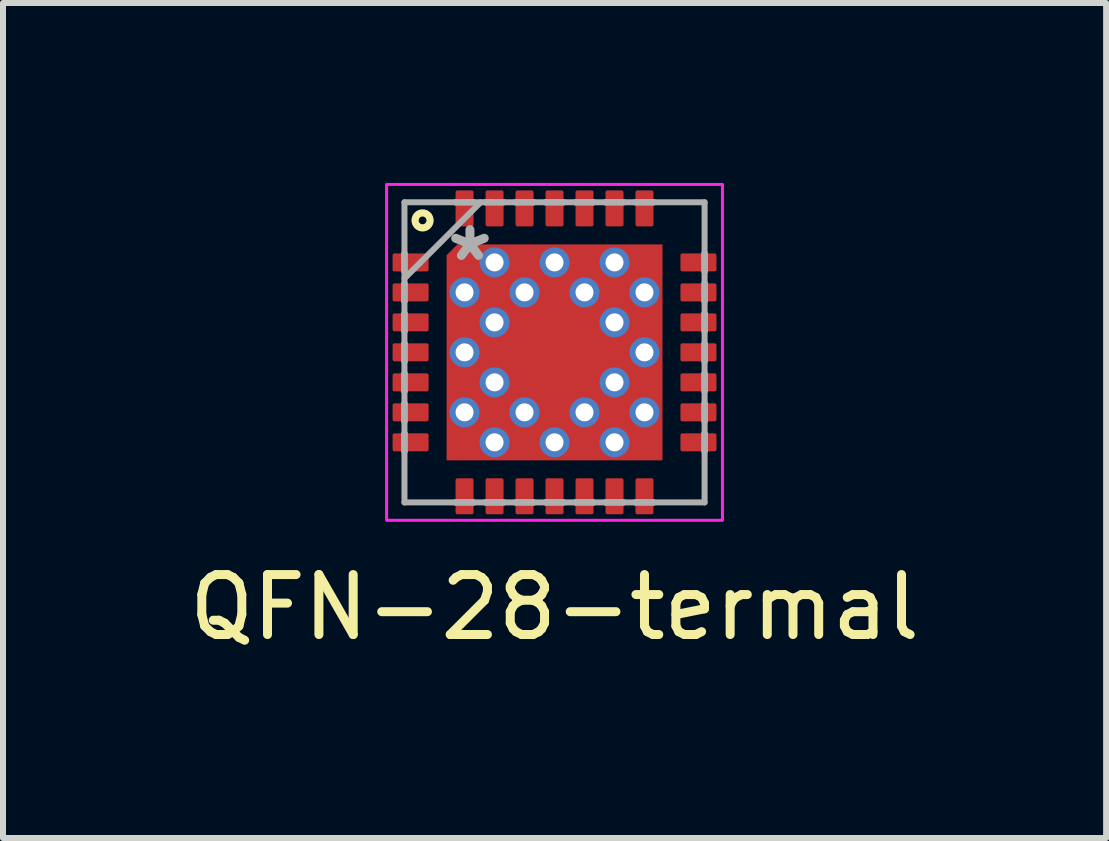
<source format=kicad_pcb>
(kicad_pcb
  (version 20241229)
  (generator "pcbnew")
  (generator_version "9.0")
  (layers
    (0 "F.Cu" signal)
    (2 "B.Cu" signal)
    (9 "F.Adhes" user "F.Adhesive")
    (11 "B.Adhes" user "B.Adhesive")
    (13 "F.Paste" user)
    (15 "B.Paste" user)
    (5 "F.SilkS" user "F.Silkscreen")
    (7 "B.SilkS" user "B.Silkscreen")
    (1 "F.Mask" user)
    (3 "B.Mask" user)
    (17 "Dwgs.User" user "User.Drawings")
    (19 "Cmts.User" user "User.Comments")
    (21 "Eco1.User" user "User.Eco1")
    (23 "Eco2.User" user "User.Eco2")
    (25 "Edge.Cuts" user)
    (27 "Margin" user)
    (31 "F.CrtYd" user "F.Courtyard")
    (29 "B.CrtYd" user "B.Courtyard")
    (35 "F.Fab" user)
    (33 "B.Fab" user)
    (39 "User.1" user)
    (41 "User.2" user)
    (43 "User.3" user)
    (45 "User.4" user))
  (footprint "QFN-28-termal"
    (layer "F.Cu")
    (at 6.196 2.825)
    (property "Reference" "QFN-28-termal" (at 0 4.25 0) (layer "F.SilkS") (effects (font (size 1 1) (thickness 0.15))))
    (attr smd)
    (fp_rect (start -1.35 -0.65) (end -1.75 -0.35) (stroke (width 0.11) (type solid)) (fill yes) (layer "F.Mask"))
    (fp_rect (start -1.35 0.35) (end -1.75 0.65) (stroke (width 0.11) (type solid)) (fill yes) (layer "F.Mask"))
    (fp_rect (start -1.35 1.75) (end -1.75 1.35) (stroke (width 0.1) (type solid)) (fill yes) (layer "F.Mask"))
    (fp_rect (start -1.15 -0.85) (end -0.85 -1.15) (stroke (width 0.1) (type solid)) (fill yes) (layer "F.Mask"))
    (fp_rect (start -0.85 1.15) (end -1.15 0.85) (stroke (width 0.1) (type solid)) (fill yes) (layer "F.Mask"))
    (fp_rect (start -0.65 1.35) (end -0.35 1.75) (stroke (width 0.11) (type solid)) (fill yes) (layer "F.Mask"))
    (fp_rect (start -0.35 -1.35) (end -0.65 -1.75) (stroke (width 0.11) (type solid)) (fill yes) (layer "F.Mask"))
    (fp_rect (start 0.35 1.35) (end 0.65 1.75) (stroke (width 0.11) (type solid)) (fill yes) (layer "F.Mask"))
    (fp_rect (start 0.65 -1.35) (end 0.35 -1.75) (stroke (width 0.11) (type solid)) (fill yes) (layer "F.Mask"))
    (fp_rect (start 0.85 -1.15) (end 1.15 -0.85) (stroke (width 0.1) (type solid)) (fill yes) (layer "F.Mask"))
    (fp_rect (start 1.15 0.85) (end 0.85 1.15) (stroke (width 0.1) (type solid)) (fill yes) (layer "F.Mask"))
    (fp_rect (start 1.35 -1.75) (end 1.75 -1.35) (stroke (width 0.1) (type solid)) (fill yes) (layer "F.Mask"))
    (fp_rect (start 1.35 -0.35) (end 1.75 -0.65) (stroke (width 0.11) (type solid)) (fill yes) (layer "F.Mask"))
    (fp_rect (start 1.35 0.65) (end 1.75 0.35) (stroke (width 0.11) (type solid)) (fill yes) (layer "F.Mask"))
    (fp_rect (start 1.75 1.35) (end 1.35 1.75) (stroke (width 0.1) (type solid)) (fill yes) (layer "F.Mask"))
    (fp_poly (pts (xy -1.35 -1.75) (xy -1.35 -1.35) (xy -1.75 -1.35) (xy -1.75 -1.55) (xy -1.55 -1.75)) (stroke (width 0.1) (type solid)) (fill yes) (layer "F.Mask"))
    (fp_poly (pts (xy -0.15 0.8) (xy -0.3 0.65) (xy -0.65 0.65) (xy -0.65 0.35) (xy -0.85 0.15) (xy -1.15 0.15) (xy -1.15 -0.15) (xy -0.85 -0.15) (xy -0.65 -0.35) (xy -0.65 -0.65) (xy -0.35 -0.65) (xy -0.15 -0.85) (xy -0.15 -1.15) (xy 0.15 -1.15) (xy 0.15 -0.85) (xy 0.35 -0.65) (xy 0.65 -0.65) (xy 0.65 -0.35) (xy 0.85 -0.15) (xy 1.15 -0.15) (xy 1.15 0.15) (xy 0.85 0.15) (xy 0.65 0.35) (xy 0.65 0.65) (xy 0.3 0.65) (xy 0.15 0.8) (xy 0.15 1.15) (xy -0.15 1.15)) (stroke (width 0.12) (type solid)) (fill yes) (layer "F.Mask"))
    (fp_circle (center -2.2 -2.2) (end -2.075 -2.2) (stroke (width 0.12) (type solid)) (fill no) (layer "F.SilkS"))
    (fp_rect (start -1.7 -0.4) (end -1.4 -0.6) (stroke (width 0.11) (type solid)) (fill yes) (layer "F.Paste"))
    (fp_rect (start -1.7 0.6) (end -1.4 0.4) (stroke (width 0.1) (type solid)) (fill yes) (layer "F.Paste"))
    (fp_rect (start -1.7 1.7) (end -1.4 1.4) (stroke (width 0.1) (type solid)) (fill yes) (layer "F.Paste"))
    (fp_rect (start -1.1 -1.1) (end -0.9 -0.9) (stroke (width 0.1) (type solid)) (fill yes) (layer "F.Paste"))
    (fp_rect (start -1.1 1.1) (end -0.9 0.9) (stroke (width 0.1) (type solid)) (fill yes) (layer "F.Paste"))
    (fp_rect (start -0.6 -1.7) (end -0.4 -1.4) (stroke (width 0.1) (type solid)) (fill yes) (layer "F.Paste"))
    (fp_rect (start -0.4 1.7) (end -0.6 1.4) (stroke (width 0.11) (type solid)) (fill yes) (layer "F.Paste"))
    (fp_rect (start 0.4 -1.7) (end 0.6 -1.4) (stroke (width 0.11) (type solid)) (fill yes) (layer "F.Paste"))
    (fp_rect (start 0.6 1.7) (end 0.4 1.4) (stroke (width 0.1) (type solid)) (fill yes) (layer "F.Paste"))
    (fp_rect (start 1.1 -1.1) (end 0.9 -0.9) (stroke (width 0.1) (type solid)) (fill yes) (layer "F.Paste"))
    (fp_rect (start 1.1 1.1) (end 0.9 0.9) (stroke (width 0.1) (type solid)) (fill yes) (layer "F.Paste"))
    (fp_rect (start 1.7 -1.7) (end 1.4 -1.4) (stroke (width 0.1) (type solid)) (fill yes) (layer "F.Paste"))
    (fp_rect (start 1.7 -0.6) (end 1.4 -0.4) (stroke (width 0.1) (type solid)) (fill yes) (layer "F.Paste"))
    (fp_rect (start 1.7 0.4) (end 1.4 0.6) (stroke (width 0.11) (type solid)) (fill yes) (layer "F.Paste"))
    (fp_rect (start 1.7 1.7) (end 1.4 1.4) (stroke (width 0.1) (type solid)) (fill yes) (layer "F.Paste"))
    (fp_poly (pts (xy -1.7 -1.55) (xy -1.7 -1.4) (xy -1.4 -1.4) (xy -1.4 -1.7) (xy -1.55 -1.7)) (stroke (width 0.1) (type solid)) (fill yes) (layer "F.Paste"))
    (fp_poly (pts (xy -0.1 0.8) (xy -0.3 0.6) (xy -0.6 0.6) (xy -0.6 0.3) (xy -0.8 0.1) (xy -1.1 0.1) (xy -1.1 -0.1) (xy -0.8 -0.1) (xy -0.6 -0.3) (xy -0.6 -0.6) (xy -0.3 -0.6) (xy -0.1 -0.8) (xy -0.1 -1.1) (xy 0.1 -1.1) (xy 0.1 -0.8) (xy 0.3 -0.6) (xy 0.6 -0.6) (xy 0.6 -0.3) (xy 0.8 -0.1) (xy 1.1 -0.1) (xy 1.1 0.1) (xy 0.8 0.1) (xy 0.6 0.3) (xy 0.6 0.6) (xy 0.3 0.6) (xy 0.1 0.8) (xy 0.1 1.1) (xy -0.1 1.1)) (stroke (width 0.12) (type solid)) (fill yes) (layer "F.Paste"))
    (fp_rect (start -2.8 -2.8) (end 2.8 2.8) (stroke (width 0.05) (type default)) (fill no) (layer "F.CrtYd"))
    (fp_line (start -2.502 -2.502) (end -2.502 2.502) (stroke (width 0.1) (type solid)) (layer "F.Fab"))
    (fp_line (start -2.502 -1.652) (end -2.502 -1.652) (stroke (width 0.1) (type solid)) (layer "F.Fab"))
    (fp_line (start -2.502 -1.652) (end -2.502 -1.348) (stroke (width 0.1) (type solid)) (layer "F.Fab"))
    (fp_line (start -2.502 -1.348) (end -2.502 -1.652) (stroke (width 0.1) (type solid)) (layer "F.Fab"))
    (fp_line (start -2.502 -1.348) (end -2.502 -1.348) (stroke (width 0.1) (type solid)) (layer "F.Fab"))
    (fp_line (start -2.502 -1.232) (end -1.232 -2.502) (stroke (width 0.1) (type solid)) (layer "F.Fab"))
    (fp_line (start -2.502 -1.152) (end -2.502 -1.152) (stroke (width 0.1) (type solid)) (layer "F.Fab"))
    (fp_line (start -2.502 -1.152) (end -2.502 -0.848) (stroke (width 0.1) (type solid)) (layer "F.Fab"))
    (fp_line (start -2.502 -0.848) (end -2.502 -1.152) (stroke (width 0.1) (type solid)) (layer "F.Fab"))
    (fp_line (start -2.502 -0.848) (end -2.502 -0.848) (stroke (width 0.1) (type solid)) (layer "F.Fab"))
    (fp_line (start -2.502 -0.652) (end -2.502 -0.652) (stroke (width 0.1) (type solid)) (layer "F.Fab"))
    (fp_line (start -2.502 -0.652) (end -2.502 -0.348) (stroke (width 0.1) (type solid)) (layer "F.Fab"))
    (fp_line (start -2.502 -0.348) (end -2.502 -0.652) (stroke (width 0.1) (type solid)) (layer "F.Fab"))
    (fp_line (start -2.502 -0.348) (end -2.502 -0.348) (stroke (width 0.1) (type solid)) (layer "F.Fab"))
    (fp_line (start -2.502 -0.152) (end -2.502 -0.152) (stroke (width 0.1) (type solid)) (layer "F.Fab"))
    (fp_line (start -2.502 -0.152) (end -2.502 0.152) (stroke (width 0.1) (type solid)) (layer "F.Fab"))
    (fp_line (start -2.502 0.152) (end -2.502 -0.152) (stroke (width 0.1) (type solid)) (layer "F.Fab"))
    (fp_line (start -2.502 0.152) (end -2.502 0.152) (stroke (width 0.1) (type solid)) (layer "F.Fab"))
    (fp_line (start -2.502 0.348) (end -2.502 0.348) (stroke (width 0.1) (type solid)) (layer "F.Fab"))
    (fp_line (start -2.502 0.348) (end -2.502 0.652) (stroke (width 0.1) (type solid)) (layer "F.Fab"))
    (fp_line (start -2.502 0.652) (end -2.502 0.348) (stroke (width 0.1) (type solid)) (layer "F.Fab"))
    (fp_line (start -2.502 0.652) (end -2.502 0.652) (stroke (width 0.1) (type solid)) (layer "F.Fab"))
    (fp_line (start -2.502 0.848) (end -2.502 0.848) (stroke (width 0.1) (type solid)) (layer "F.Fab"))
    (fp_line (start -2.502 0.848) (end -2.502 1.152) (stroke (width 0.1) (type solid)) (layer "F.Fab"))
    (fp_line (start -2.502 1.152) (end -2.502 0.848) (stroke (width 0.1) (type solid)) (layer "F.Fab"))
    (fp_line (start -2.502 1.152) (end -2.502 1.152) (stroke (width 0.1) (type solid)) (layer "F.Fab"))
    (fp_line (start -2.502 1.348) (end -2.502 1.348) (stroke (width 0.1) (type solid)) (layer "F.Fab"))
    (fp_line (start -2.502 1.348) (end -2.502 1.652) (stroke (width 0.1) (type solid)) (layer "F.Fab"))
    (fp_line (start -2.502 1.652) (end -2.502 1.348) (stroke (width 0.1) (type solid)) (layer "F.Fab"))
    (fp_line (start -2.502 1.652) (end -2.502 1.652) (stroke (width 0.1) (type solid)) (layer "F.Fab"))
    (fp_line (start -2.502 2.502) (end 2.502 2.502) (stroke (width 0.1) (type solid)) (layer "F.Fab"))
    (fp_line (start -1.652 -2.502) (end -1.652 -2.502) (stroke (width 0.1) (type solid)) (layer "F.Fab"))
    (fp_line (start -1.652 -2.502) (end -1.348 -2.502) (stroke (width 0.1) (type solid)) (layer "F.Fab"))
    (fp_line (start -1.652 2.502) (end -1.652 2.502) (stroke (width 0.1) (type solid)) (layer "F.Fab"))
    (fp_line (start -1.652 2.502) (end -1.348 2.502) (stroke (width 0.1) (type solid)) (layer "F.Fab"))
    (fp_line (start -1.348 -2.502) (end -1.652 -2.502) (stroke (width 0.1) (type solid)) (layer "F.Fab"))
    (fp_line (start -1.348 -2.502) (end -1.348 -2.502) (stroke (width 0.1) (type solid)) (layer "F.Fab"))
    (fp_line (start -1.348 2.502) (end -1.652 2.502) (stroke (width 0.1) (type solid)) (layer "F.Fab"))
    (fp_line (start -1.348 2.502) (end -1.348 2.502) (stroke (width 0.1) (type solid)) (layer "F.Fab"))
    (fp_line (start -1.152 -2.502) (end -1.152 -2.502) (stroke (width 0.1) (type solid)) (layer "F.Fab"))
    (fp_line (start -1.152 -2.502) (end -0.848 -2.502) (stroke (width 0.1) (type solid)) (layer "F.Fab"))
    (fp_line (start -1.152 2.502) (end -1.152 2.502) (stroke (width 0.1) (type solid)) (layer "F.Fab"))
    (fp_line (start -1.152 2.502) (end -0.848 2.502) (stroke (width 0.1) (type solid)) (layer "F.Fab"))
    (fp_line (start -0.848 -2.502) (end -1.152 -2.502) (stroke (width 0.1) (type solid)) (layer "F.Fab"))
    (fp_line (start -0.848 -2.502) (end -0.848 -2.502) (stroke (width 0.1) (type solid)) (layer "F.Fab"))
    (fp_line (start -0.848 2.502) (end -1.152 2.502) (stroke (width 0.1) (type solid)) (layer "F.Fab"))
    (fp_line (start -0.848 2.502) (end -0.848 2.502) (stroke (width 0.1) (type solid)) (layer "F.Fab"))
    (fp_line (start -0.652 -2.502) (end -0.652 -2.502) (stroke (width 0.1) (type solid)) (layer "F.Fab"))
    (fp_line (start -0.652 -2.502) (end -0.348 -2.502) (stroke (width 0.1) (type solid)) (layer "F.Fab"))
    (fp_line (start -0.652 2.502) (end -0.652 2.502) (stroke (width 0.1) (type solid)) (layer "F.Fab"))
    (fp_line (start -0.652 2.502) (end -0.348 2.502) (stroke (width 0.1) (type solid)) (layer "F.Fab"))
    (fp_line (start -0.348 -2.502) (end -0.652 -2.502) (stroke (width 0.1) (type solid)) (layer "F.Fab"))
    (fp_line (start -0.348 -2.502) (end -0.348 -2.502) (stroke (width 0.1) (type solid)) (layer "F.Fab"))
    (fp_line (start -0.348 2.502) (end -0.652 2.502) (stroke (width 0.1) (type solid)) (layer "F.Fab"))
    (fp_line (start -0.348 2.502) (end -0.348 2.502) (stroke (width 0.1) (type solid)) (layer "F.Fab"))
    (fp_line (start -0.152 -2.502) (end -0.152 -2.502) (stroke (width 0.1) (type solid)) (layer "F.Fab"))
    (fp_line (start -0.152 -2.502) (end 0.152 -2.502) (stroke (width 0.1) (type solid)) (layer "F.Fab"))
    (fp_line (start -0.152 2.502) (end -0.152 2.502) (stroke (width 0.1) (type solid)) (layer "F.Fab"))
    (fp_line (start -0.152 2.502) (end 0.152 2.502) (stroke (width 0.1) (type solid)) (layer "F.Fab"))
    (fp_line (start 0.152 -2.502) (end -0.152 -2.502) (stroke (width 0.1) (type solid)) (layer "F.Fab"))
    (fp_line (start 0.152 -2.502) (end 0.152 -2.502) (stroke (width 0.1) (type solid)) (layer "F.Fab"))
    (fp_line (start 0.152 2.502) (end -0.152 2.502) (stroke (width 0.1) (type solid)) (layer "F.Fab"))
    (fp_line (start 0.152 2.502) (end 0.152 2.502) (stroke (width 0.1) (type solid)) (layer "F.Fab"))
    (fp_line (start 0.348 -2.502) (end 0.348 -2.502) (stroke (width 0.1) (type solid)) (layer "F.Fab"))
    (fp_line (start 0.348 -2.502) (end 0.652 -2.502) (stroke (width 0.1) (type solid)) (layer "F.Fab"))
    (fp_line (start 0.348 2.502) (end 0.348 2.502) (stroke (width 0.1) (type solid)) (layer "F.Fab"))
    (fp_line (start 0.348 2.502) (end 0.652 2.502) (stroke (width 0.1) (type solid)) (layer "F.Fab"))
    (fp_line (start 0.652 -2.502) (end 0.348 -2.502) (stroke (width 0.1) (type solid)) (layer "F.Fab"))
    (fp_line (start 0.652 -2.502) (end 0.652 -2.502) (stroke (width 0.1) (type solid)) (layer "F.Fab"))
    (fp_line (start 0.652 2.502) (end 0.348 2.502) (stroke (width 0.1) (type solid)) (layer "F.Fab"))
    (fp_line (start 0.652 2.502) (end 0.652 2.502) (stroke (width 0.1) (type solid)) (layer "F.Fab"))
    (fp_line (start 0.848 -2.502) (end 0.848 -2.502) (stroke (width 0.1) (type solid)) (layer "F.Fab"))
    (fp_line (start 0.848 -2.502) (end 1.152 -2.502) (stroke (width 0.1) (type solid)) (layer "F.Fab"))
    (fp_line (start 0.848 2.502) (end 0.848 2.502) (stroke (width 0.1) (type solid)) (layer "F.Fab"))
    (fp_line (start 0.848 2.502) (end 1.152 2.502) (stroke (width 0.1) (type solid)) (layer "F.Fab"))
    (fp_line (start 1.152 -2.502) (end 0.848 -2.502) (stroke (width 0.1) (type solid)) (layer "F.Fab"))
    (fp_line (start 1.152 -2.502) (end 1.152 -2.502) (stroke (width 0.1) (type solid)) (layer "F.Fab"))
    (fp_line (start 1.152 2.502) (end 0.848 2.502) (stroke (width 0.1) (type solid)) (layer "F.Fab"))
    (fp_line (start 1.152 2.502) (end 1.152 2.502) (stroke (width 0.1) (type solid)) (layer "F.Fab"))
    (fp_line (start 1.348 -2.502) (end 1.348 -2.502) (stroke (width 0.1) (type solid)) (layer "F.Fab"))
    (fp_line (start 1.348 -2.502) (end 1.652 -2.502) (stroke (width 0.1) (type solid)) (layer "F.Fab"))
    (fp_line (start 1.348 2.502) (end 1.348 2.502) (stroke (width 0.1) (type solid)) (layer "F.Fab"))
    (fp_line (start 1.348 2.502) (end 1.652 2.502) (stroke (width 0.1) (type solid)) (layer "F.Fab"))
    (fp_line (start 1.652 -2.502) (end 1.348 -2.502) (stroke (width 0.1) (type solid)) (layer "F.Fab"))
    (fp_line (start 1.652 -2.502) (end 1.652 -2.502) (stroke (width 0.1) (type solid)) (layer "F.Fab"))
    (fp_line (start 1.652 2.502) (end 1.348 2.502) (stroke (width 0.1) (type solid)) (layer "F.Fab"))
    (fp_line (start 1.652 2.502) (end 1.652 2.502) (stroke (width 0.1) (type solid)) (layer "F.Fab"))
    (fp_line (start 2.502 -2.502) (end -2.502 -2.502) (stroke (width 0.1) (type solid)) (layer "F.Fab"))
    (fp_line (start 2.502 -1.652) (end 2.502 -1.652) (stroke (width 0.1) (type solid)) (layer "F.Fab"))
    (fp_line (start 2.502 -1.652) (end 2.502 -1.348) (stroke (width 0.1) (type solid)) (layer "F.Fab"))
    (fp_line (start 2.502 -1.348) (end 2.502 -1.652) (stroke (width 0.1) (type solid)) (layer "F.Fab"))
    (fp_line (start 2.502 -1.348) (end 2.502 -1.348) (stroke (width 0.1) (type solid)) (layer "F.Fab"))
    (fp_line (start 2.502 -1.152) (end 2.502 -1.152) (stroke (width 0.1) (type solid)) (layer "F.Fab"))
    (fp_line (start 2.502 -1.152) (end 2.502 -0.848) (stroke (width 0.1) (type solid)) (layer "F.Fab"))
    (fp_line (start 2.502 -0.848) (end 2.502 -1.152) (stroke (width 0.1) (type solid)) (layer "F.Fab"))
    (fp_line (start 2.502 -0.848) (end 2.502 -0.848) (stroke (width 0.1) (type solid)) (layer "F.Fab"))
    (fp_line (start 2.502 -0.652) (end 2.502 -0.652) (stroke (width 0.1) (type solid)) (layer "F.Fab"))
    (fp_line (start 2.502 -0.652) (end 2.502 -0.348) (stroke (width 0.1) (type solid)) (layer "F.Fab"))
    (fp_line (start 2.502 -0.348) (end 2.502 -0.652) (stroke (width 0.1) (type solid)) (layer "F.Fab"))
    (fp_line (start 2.502 -0.348) (end 2.502 -0.348) (stroke (width 0.1) (type solid)) (layer "F.Fab"))
    (fp_line (start 2.502 -0.152) (end 2.502 -0.152) (stroke (width 0.1) (type solid)) (layer "F.Fab"))
    (fp_line (start 2.502 -0.152) (end 2.502 0.152) (stroke (width 0.1) (type solid)) (layer "F.Fab"))
    (fp_line (start 2.502 0.152) (end 2.502 -0.152) (stroke (width 0.1) (type solid)) (layer "F.Fab"))
    (fp_line (start 2.502 0.152) (end 2.502 0.152) (stroke (width 0.1) (type solid)) (layer "F.Fab"))
    (fp_line (start 2.502 0.348) (end 2.502 0.348) (stroke (width 0.1) (type solid)) (layer "F.Fab"))
    (fp_line (start 2.502 0.348) (end 2.502 0.652) (stroke (width 0.1) (type solid)) (layer "F.Fab"))
    (fp_line (start 2.502 0.652) (end 2.502 0.348) (stroke (width 0.1) (type solid)) (layer "F.Fab"))
    (fp_line (start 2.502 0.652) (end 2.502 0.652) (stroke (width 0.1) (type solid)) (layer "F.Fab"))
    (fp_line (start 2.502 0.848) (end 2.502 0.848) (stroke (width 0.1) (type solid)) (layer "F.Fab"))
    (fp_line (start 2.502 0.848) (end 2.502 1.152) (stroke (width 0.1) (type solid)) (layer "F.Fab"))
    (fp_line (start 2.502 1.152) (end 2.502 0.848) (stroke (width 0.1) (type solid)) (layer "F.Fab"))
    (fp_line (start 2.502 1.152) (end 2.502 1.152) (stroke (width 0.1) (type solid)) (layer "F.Fab"))
    (fp_line (start 2.502 1.348) (end 2.502 1.348) (stroke (width 0.1) (type solid)) (layer "F.Fab"))
    (fp_line (start 2.502 1.348) (end 2.502 1.652) (stroke (width 0.1) (type solid)) (layer "F.Fab"))
    (fp_line (start 2.502 1.652) (end 2.502 1.348) (stroke (width 0.1) (type solid)) (layer "F.Fab"))
    (fp_line (start 2.502 1.652) (end 2.502 1.652) (stroke (width 0.1) (type solid)) (layer "F.Fab"))
    (fp_line (start 2.502 2.502) (end 2.502 -2.502) (stroke (width 0.1) (type solid)) (layer "F.Fab"))
    (fp_text user "*" (at -1.41 -1.5 0) (layer "F.Fab") (effects (font (size 1 1) (thickness 0.15))))
    (pad "1" smd roundrect (at -2.4 -1.5) (size 0.6 0.3) (layers "F.Cu" "F.Mask" "F.Paste") (roundrect_rratio 0.1))
    (pad "2" smd roundrect (at -2.4 -1) (size 0.6 0.3) (layers "F.Cu" "F.Mask" "F.Paste") (roundrect_rratio 0.1))
    (pad "3" smd roundrect (at -2.4 -0.5) (size 0.6 0.3) (layers "F.Cu" "F.Mask" "F.Paste") (roundrect_rratio 0.1))
    (pad "4" smd roundrect (at -2.4 -0.000001) (size 0.6 0.3) (layers "F.Cu" "F.Mask" "F.Paste") (roundrect_rratio 0.1))
    (pad "5" smd roundrect (at -2.4 0.5) (size 0.6 0.3) (layers "F.Cu" "F.Mask" "F.Paste") (roundrect_rratio 0.1))
    (pad "6" smd roundrect (at -2.4 1) (size 0.6 0.3) (layers "F.Cu" "F.Mask" "F.Paste") (roundrect_rratio 0.1))
    (pad "7" smd roundrect (at -2.4 1.5) (size 0.6 0.3) (layers "F.Cu" "F.Mask" "F.Paste") (roundrect_rratio 0.1))
    (pad "8" smd roundrect (at -1.5 2.4 90) (size 0.6 0.3) (layers "F.Cu" "F.Mask" "F.Paste") (roundrect_rratio 0.1))
    (pad "9" smd roundrect (at -1 2.4 90) (size 0.6 0.3) (layers "F.Cu" "F.Mask" "F.Paste") (roundrect_rratio 0.1))
    (pad "10" smd roundrect (at -0.5 2.4 90) (size 0.6 0.3) (layers "F.Cu" "F.Mask" "F.Paste") (roundrect_rratio 0.1))
    (pad "11" smd roundrect (at 0 2.4 90) (size 0.6 0.3) (layers "F.Cu" "F.Mask" "F.Paste") (roundrect_rratio 0.1))
    (pad "12" smd roundrect (at 0.5 2.4 90) (size 0.6 0.3) (layers "F.Cu" "F.Mask" "F.Paste") (roundrect_rratio 0.1))
    (pad "13" smd roundrect (at 1 2.4 90) (size 0.6 0.3) (layers "F.Cu" "F.Mask" "F.Paste") (roundrect_rratio 0.1))
    (pad "14" smd roundrect (at 1.5 2.4 90) (size 0.6 0.3) (layers "F.Cu" "F.Mask" "F.Paste") (roundrect_rratio 0.1))
    (pad "15" smd roundrect (at 2.4 1.5) (size 0.6 0.3) (layers "F.Cu" "F.Mask" "F.Paste") (roundrect_rratio 0.1))
    (pad "16" smd roundrect (at 2.4 1) (size 0.6 0.3) (layers "F.Cu" "F.Mask" "F.Paste") (roundrect_rratio 0.1))
    (pad "17" smd roundrect (at 2.4 0.5) (size 0.6 0.3) (layers "F.Cu" "F.Mask" "F.Paste") (roundrect_rratio 0.1))
    (pad "18" smd roundrect (at 2.4 -0.000001) (size 0.6 0.3) (layers "F.Cu" "F.Mask" "F.Paste") (roundrect_rratio 0.1))
    (pad "19" smd roundrect (at 2.4 -0.5) (size 0.6 0.3) (layers "F.Cu" "F.Mask" "F.Paste") (roundrect_rratio 0.1))
    (pad "20" smd roundrect (at 2.4 -1) (size 0.6 0.3) (layers "F.Cu" "F.Mask" "F.Paste") (roundrect_rratio 0.1))
    (pad "21" smd roundrect (at 2.4 -1.5) (size 0.6 0.3) (layers "F.Cu" "F.Mask" "F.Paste") (roundrect_rratio 0.1))
    (pad "22" smd roundrect (at 1.5 -2.4 90) (size 0.6 0.3) (layers "F.Cu" "F.Mask" "F.Paste") (roundrect_rratio 0.1))
    (pad "23" smd roundrect (at 1 -2.4 90) (size 0.6 0.3) (layers "F.Cu" "F.Mask" "F.Paste") (roundrect_rratio 0.1))
    (pad "24" smd roundrect (at 0.5 -2.4 90) (size 0.6 0.3) (layers "F.Cu" "F.Mask" "F.Paste") (roundrect_rratio 0.1))
    (pad "25" smd roundrect (at 0 -2.4 90) (size 0.6 0.3) (layers "F.Cu" "F.Mask" "F.Paste") (roundrect_rratio 0.1))
    (pad "26" smd roundrect (at -0.5 -2.4 90) (size 0.6 0.3) (layers "F.Cu" "F.Mask" "F.Paste") (roundrect_rratio 0.1))
    (pad "27" smd roundrect (at -1 -2.4 90) (size 0.6 0.3) (layers "F.Cu" "F.Mask" "F.Paste") (roundrect_rratio 0.1))
    (pad "28" smd roundrect (at -1.5 -2.4 90) (size 0.6 0.3) (layers "F.Cu" "F.Mask" "F.Paste") (roundrect_rratio 0.1))
    (pad "29" thru_hole circle (at -1.5 -1) (size 0.5 0.5) (drill 0.3) (property pad_prop_heatsink) (layers "*.Cu"))
    (pad "29" thru_hole circle (at -1.5 0) (size 0.5 0.5) (drill 0.3) (property pad_prop_heatsink) (layers "*.Cu"))
    (pad "29" thru_hole circle (at -1.5 1) (size 0.5 0.5) (drill 0.3) (property pad_prop_heatsink) (layers "*.Cu"))
    (pad "29" thru_hole circle (at -1 -1.5) (size 0.5 0.5) (drill 0.3) (property pad_prop_heatsink) (layers "*.Cu"))
    (pad "29" thru_hole circle (at -1 -0.5) (size 0.5 0.5) (drill 0.3) (property pad_prop_heatsink) (layers "*.Cu"))
    (pad "29" thru_hole circle (at -1 0.5) (size 0.5 0.5) (drill 0.3) (property pad_prop_heatsink) (layers "*.Cu"))
    (pad "29" thru_hole circle (at -1 1.5) (size 0.5 0.5) (drill 0.3) (property pad_prop_heatsink) (layers "*.Cu"))
    (pad "29" thru_hole circle (at -0.5 -1) (size 0.5 0.5) (drill 0.3) (property pad_prop_heatsink) (layers "*.Cu"))
    (pad "29" thru_hole circle (at -0.5 1) (size 0.5 0.5) (drill 0.3) (property pad_prop_heatsink) (layers "*.Cu"))
    (pad "29" thru_hole circle (at 0 -1.5) (size 0.5 0.5) (drill 0.3) (property pad_prop_heatsink) (layers "*.Cu"))
    (pad "29" smd roundrect (at 0 0) (size 3.6 3.6) (property pad_prop_heatsink) (layers "F.Cu") (roundrect_rratio 0) (chamfer_ratio 0.05) (chamfer top_left))
    (pad "29" thru_hole circle (at 0 1.5) (size 0.5 0.5) (drill 0.3) (property pad_prop_heatsink) (layers "*.Cu"))
    (pad "29" thru_hole circle (at 0.5 -1) (size 0.5 0.5) (drill 0.3) (property pad_prop_heatsink) (layers "*.Cu"))
    (pad "29" thru_hole circle (at 0.5 1) (size 0.5 0.5) (drill 0.3) (property pad_prop_heatsink) (layers "*.Cu"))
    (pad "29" thru_hole circle (at 1 -1.5) (size 0.5 0.5) (drill 0.3) (property pad_prop_heatsink) (layers "*.Cu"))
    (pad "29" thru_hole circle (at 1 -0.5) (size 0.5 0.5) (drill 0.3) (property pad_prop_heatsink) (layers "*.Cu"))
    (pad "29" thru_hole circle (at 1 0.5) (size 0.5 0.5) (drill 0.3) (property pad_prop_heatsink) (layers "*.Cu"))
    (pad "29" thru_hole circle (at 1 1.5) (size 0.5 0.5) (drill 0.3) (property pad_prop_heatsink) (layers "*.Cu"))
    (pad "29" thru_hole circle (at 1.5 -1) (size 0.5 0.5) (drill 0.3) (property pad_prop_heatsink) (layers "*.Cu"))
    (pad "29" thru_hole circle (at 1.5 0) (size 0.5 0.5) (drill 0.3) (property pad_prop_heatsink) (layers "*.Cu"))
    (pad "29" thru_hole circle (at 1.5 1) (size 0.5 0.5) (drill 0.3) (property pad_prop_heatsink) (layers "*.Cu")))
  (gr_rect
    (start -3 -3)
    (end 15.393 10.923)
    (stroke (width 0.1) (type default))
    (fill no)
    (layer "Edge.Cuts")))
</source>
